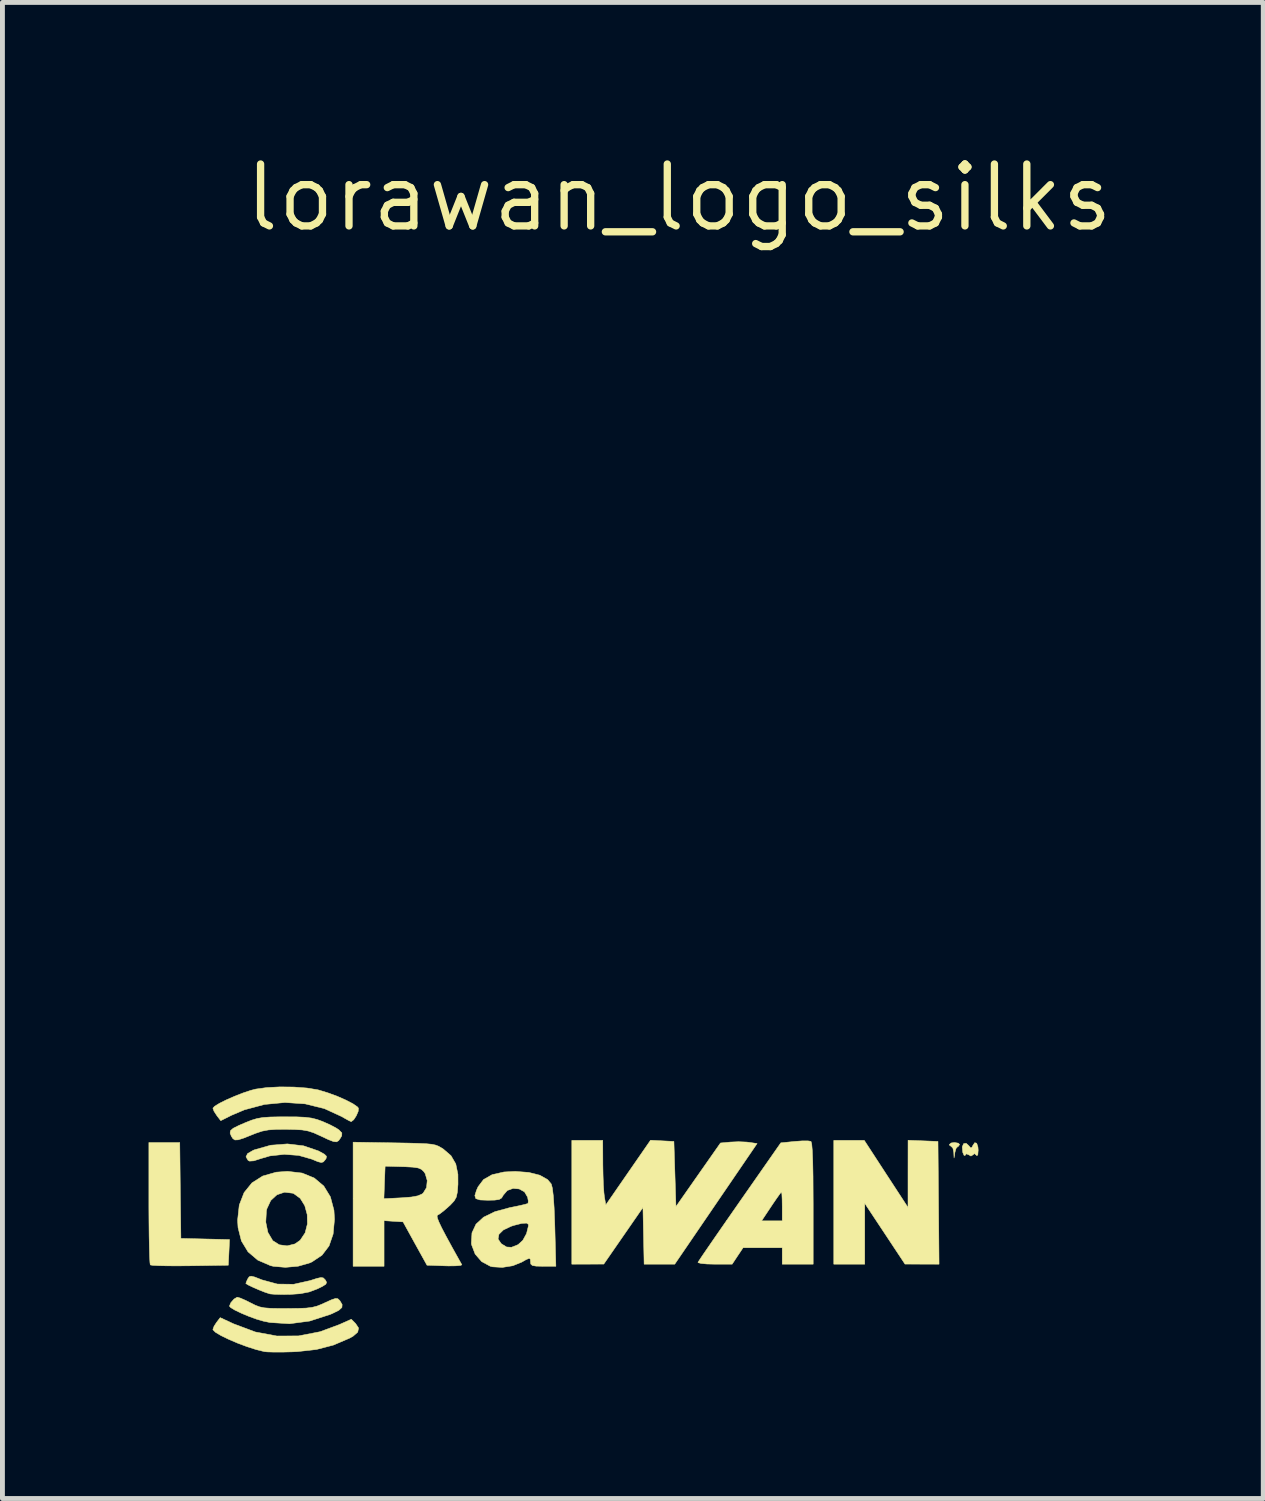
<source format=kicad_pcb>
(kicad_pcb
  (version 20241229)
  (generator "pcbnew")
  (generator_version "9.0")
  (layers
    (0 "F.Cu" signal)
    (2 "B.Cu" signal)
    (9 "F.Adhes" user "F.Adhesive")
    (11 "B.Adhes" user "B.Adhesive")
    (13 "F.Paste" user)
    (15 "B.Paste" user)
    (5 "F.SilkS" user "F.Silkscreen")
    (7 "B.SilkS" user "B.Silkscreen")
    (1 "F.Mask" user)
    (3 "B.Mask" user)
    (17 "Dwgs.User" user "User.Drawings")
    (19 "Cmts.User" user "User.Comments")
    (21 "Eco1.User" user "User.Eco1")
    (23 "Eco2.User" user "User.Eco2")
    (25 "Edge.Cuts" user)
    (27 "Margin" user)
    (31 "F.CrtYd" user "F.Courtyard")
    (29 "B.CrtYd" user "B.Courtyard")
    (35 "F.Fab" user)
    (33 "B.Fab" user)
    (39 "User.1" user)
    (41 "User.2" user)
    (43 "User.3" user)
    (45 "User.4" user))
  (footprint "lorawan_logo_silks"
    (layer "F.Cu")
    (at 10.885 1.006)
    (property "Reference" "lorawan_logo_silks" (at 0 0 0) (layer "F.SilkS") (effects (font (size 1.27 1.27) (thickness 0.15))))
    (attr through_hole)
    (fp_poly (pts (xy 5.313 19.367) (xy 5.335 21.886) (xy 4.636 21.884) (xy 3.81 20.637) (xy 3.81 21.886) (xy 3.175 21.886) (xy 3.175 19.346) (xy 3.801 19.346) (xy 4.249 20.034) (xy 4.698 20.722) (xy 4.698 20.032) (xy 4.699 19.343) (xy 5.313 19.367)) (stroke (width 0.01) (type solid)) (fill yes) (layer "F.SilkS"))
    (fp_poly (pts (xy 5.731 19.403) (xy 5.757 19.431) (xy 5.727 19.472) (xy 5.718 19.473) (xy 5.684 19.51) (xy 5.661 19.59) (xy 5.643 19.706) (xy 5.637 19.59) (xy 5.619 19.505) (xy 5.588 19.473) (xy 5.547 19.441) (xy 5.546 19.431) (xy 5.582 19.399) (xy 5.652 19.389) (xy 5.731 19.403)) (stroke (width 0.01) (type solid)) (fill yes) (layer "F.SilkS"))
    (fp_poly (pts (xy -10.235 20.373) (xy -10.223 21.357) (xy -9.724 21.369) (xy -9.225 21.381) (xy -9.237 21.644) (xy -9.25 21.907) (xy -10.036 21.919) (xy -10.285 21.921) (xy -10.506 21.92) (xy -10.683 21.916) (xy -10.802 21.91) (xy -10.851 21.901) (xy -10.858 21.853) (xy -10.865 21.731) (xy -10.87 21.546) (xy -10.875 21.309) (xy -10.878 21.03) (xy -10.88 20.72) (xy -10.88 20.63) (xy -10.88 19.389) (xy -10.246 19.389) (xy -10.235 20.373)) (stroke (width 0.01) (type solid)) (fill yes) (layer "F.SilkS"))
    (fp_poly (pts (xy 6.107 19.404) (xy 6.133 19.48) (xy 6.138 19.547) (xy 6.13 19.645) (xy 6.109 19.659) (xy 6.101 19.649) (xy 6.06 19.616) (xy 6.034 19.64) (xy 5.989 19.667) (xy 5.948 19.643) (xy 5.895 19.621) (xy 5.873 19.651) (xy 5.85 19.656) (xy 5.822 19.593) (xy 5.821 19.587) (xy 5.811 19.479) (xy 5.839 19.413) (xy 5.891 19.405) (xy 5.941 19.45) (xy 5.987 19.502) (xy 6.013 19.484) (xy 6.024 19.458) (xy 6.067 19.393) (xy 6.107 19.404)) (stroke (width 0.01) (type solid)) (fill yes) (layer "F.SilkS"))
    (fp_poly (pts (xy -7.707 19.457) (xy -7.405 19.56) (xy -7.385 19.57) (xy -7.278 19.629) (xy -7.235 19.672) (xy -7.243 19.716) (xy -7.262 19.744) (xy -7.299 19.787) (xy -7.342 19.8) (xy -7.413 19.782) (xy -7.538 19.73) (xy -7.542 19.729) (xy -7.805 19.654) (xy -8.101 19.632) (xy -8.396 19.664) (xy -8.58 19.718) (xy -8.727 19.765) (xy -8.815 19.771) (xy -8.844 19.756) (xy -8.887 19.682) (xy -8.854 19.616) (xy -8.74 19.55) (xy -8.71 19.538) (xy -8.381 19.445) (xy -8.039 19.418) (xy -7.707 19.457)) (stroke (width 0.01) (type solid)) (fill yes) (layer "F.SilkS"))
    (fp_poly (pts (xy -0.345 19.355) (xy -0.106 19.367) (xy -0.085 20.036) (xy -0.064 20.704) (xy 0.393 20.051) (xy 0.85 19.399) (xy 1.053 19.38) (xy 1.22 19.373) (xy 1.387 19.38) (xy 1.429 19.385) (xy 1.601 19.41) (xy -0.089 21.886) (xy -0.717 21.886) (xy -0.729 21.304) (xy -0.741 20.722) (xy -1.143 21.303) (xy -1.545 21.884) (xy -1.873 21.885) (xy -2.201 21.886) (xy -2.201 19.346) (xy -1.566 19.346) (xy -1.564 19.844) (xy -1.56 20.059) (xy -1.553 20.259) (xy -1.542 20.419) (xy -1.532 20.505) (xy -1.503 20.669) (xy -1.044 20.005) (xy -0.585 19.342) (xy -0.345 19.355)) (stroke (width 0.01) (type solid)) (fill yes) (layer "F.SilkS"))
    (fp_poly (pts (xy -9.142 23.11) (xy -8.696 23.277) (xy -8.253 23.36) (xy -7.811 23.358) (xy -7.367 23.272) (xy -6.973 23.126) (xy -6.726 23.016) (xy -6.638 23.104) (xy -6.577 23.196) (xy -6.594 23.28) (xy -6.69 23.364) (xy -6.761 23.404) (xy -7.093 23.546) (xy -7.44 23.636) (xy -7.831 23.68) (xy -7.938 23.685) (xy -8.138 23.69) (xy -8.317 23.69) (xy -8.451 23.686) (xy -8.509 23.68) (xy -8.677 23.639) (xy -8.867 23.578) (xy -9.062 23.505) (xy -9.246 23.426) (xy -9.402 23.35) (xy -9.514 23.283) (xy -9.565 23.232) (xy -9.566 23.225) (xy -9.542 23.159) (xy -9.491 23.08) (xy -9.416 22.983) (xy -9.142 23.11)) (stroke (width 0.01) (type solid)) (fill yes) (layer "F.SilkS"))
    (fp_poly (pts (xy -8.71 22.149) (xy -8.584 22.198) (xy -8.563 22.207) (xy -8.243 22.294) (xy -7.908 22.298) (xy -7.572 22.223) (xy -7.432 22.178) (xy -7.349 22.16) (xy -7.3 22.168) (xy -7.265 22.203) (xy -7.257 22.212) (xy -7.233 22.259) (xy -7.249 22.297) (xy -7.321 22.343) (xy -7.421 22.392) (xy -7.59 22.456) (xy -7.777 22.492) (xy -7.98 22.506) (xy -8.151 22.508) (xy -8.298 22.504) (xy -8.393 22.496) (xy -8.403 22.493) (xy -8.498 22.462) (xy -8.619 22.414) (xy -8.741 22.361) (xy -8.839 22.314) (xy -8.888 22.284) (xy -8.89 22.281) (xy -8.872 22.232) (xy -8.849 22.184) (xy -8.821 22.144) (xy -8.782 22.132) (xy -8.71 22.149)) (stroke (width 0.01) (type solid)) (fill yes) (layer "F.SilkS"))
    (fp_poly (pts (xy -7.906 18.251) (xy -7.638 18.271) (xy -7.417 18.307) (xy -7.396 18.312) (xy -7.206 18.37) (xy -7.013 18.441) (xy -6.836 18.519) (xy -6.692 18.594) (xy -6.6 18.658) (xy -6.579 18.685) (xy -6.585 18.751) (xy -6.624 18.841) (xy -6.677 18.922) (xy -6.726 18.96) (xy -6.731 18.96) (xy -6.777 18.939) (xy -6.869 18.888) (xy -6.92 18.858) (xy -7.279 18.693) (xy -7.673 18.596) (xy -8.088 18.568) (xy -8.508 18.608) (xy -8.919 18.718) (xy -9.179 18.828) (xy -9.405 18.941) (xy -9.485 18.837) (xy -9.543 18.748) (xy -9.566 18.685) (xy -9.53 18.645) (xy -9.432 18.585) (xy -9.29 18.514) (xy -9.123 18.441) (xy -8.95 18.373) (xy -8.788 18.319) (xy -8.687 18.293) (xy -8.462 18.262) (xy -8.192 18.248) (xy -7.906 18.251)) (stroke (width 0.01) (type solid)) (fill yes) (layer "F.SilkS"))
    (fp_poly (pts (xy -9.002 22.582) (xy -8.892 22.63) (xy -8.793 22.68) (xy -8.695 22.729) (xy -8.607 22.762) (xy -8.508 22.782) (xy -8.379 22.792) (xy -8.198 22.795) (xy -8.043 22.795) (xy -7.816 22.793) (xy -7.652 22.787) (xy -7.53 22.772) (xy -7.428 22.746) (xy -7.326 22.705) (xy -7.266 22.677) (xy -7.131 22.616) (xy -7.05 22.589) (xy -7.003 22.594) (xy -6.967 22.628) (xy -6.96 22.636) (xy -6.914 22.714) (xy -6.919 22.775) (xy -6.983 22.833) (xy -7.117 22.899) (xy -7.165 22.919) (xy -7.58 23.053) (xy -7.993 23.108) (xy -8.394 23.083) (xy -8.53 23.055) (xy -8.674 23.013) (xy -8.832 22.955) (xy -8.987 22.89) (xy -9.118 22.827) (xy -9.204 22.774) (xy -9.227 22.746) (xy -9.197 22.675) (xy -9.133 22.602) (xy -9.069 22.564) (xy -9.064 22.564) (xy -9.002 22.582)) (stroke (width 0.01) (type solid)) (fill yes) (layer "F.SilkS"))
    (fp_poly (pts (xy -7.849 18.863) (xy -7.675 18.871) (xy -7.542 18.888) (xy -7.427 18.917) (xy -7.315 18.958) (xy -7.168 19.023) (xy -7.042 19.089) (xy -6.981 19.129) (xy -6.92 19.192) (xy -6.922 19.251) (xy -6.948 19.296) (xy -6.986 19.351) (xy -7.029 19.376) (xy -7.093 19.369) (xy -7.197 19.329) (xy -7.358 19.253) (xy -7.361 19.252) (xy -7.495 19.191) (xy -7.611 19.153) (xy -7.735 19.131) (xy -7.895 19.122) (xy -8.059 19.119) (xy -8.271 19.12) (xy -8.427 19.131) (xy -8.557 19.156) (xy -8.689 19.2) (xy -8.766 19.231) (xy -8.936 19.299) (xy -9.046 19.334) (xy -9.114 19.337) (xy -9.156 19.309) (xy -9.187 19.261) (xy -9.213 19.197) (xy -9.205 19.146) (xy -9.149 19.097) (xy -9.035 19.04) (xy -8.901 18.982) (xy -8.772 18.931) (xy -8.659 18.897) (xy -8.539 18.876) (xy -8.39 18.866) (xy -8.189 18.862) (xy -8.086 18.862) (xy -7.849 18.863)) (stroke (width 0.01) (type solid)) (fill yes) (layer "F.SilkS"))
    (fp_poly (pts (xy 2.707 19.366) (xy 2.722 19.418) (xy 2.734 19.555) (xy 2.743 19.776) (xy 2.749 20.081) (xy 2.751 20.471) (xy 2.752 20.64) (xy 2.752 21.886) (xy 2.117 21.886) (xy 2.117 21.548) (xy 1.314 21.548) (xy 1.201 21.717) (xy 1.089 21.886) (xy 0.732 21.886) (xy 0.572 21.882) (xy 0.452 21.871) (xy 0.392 21.855) (xy 0.388 21.848) (xy 0.415 21.806) (xy 0.484 21.702) (xy 0.591 21.546) (xy 0.73 21.344) (xy 0.895 21.106) (xy 0.971 20.997) (xy 1.693 20.997) (xy 2.117 20.997) (xy 2.117 20.701) (xy 2.115 20.555) (xy 2.11 20.449) (xy 2.102 20.405) (xy 2.102 20.405) (xy 2.073 20.437) (xy 2.01 20.525) (xy 1.924 20.65) (xy 1.89 20.701) (xy 1.693 20.997) (xy 0.971 20.997) (xy 1.08 20.84) (xy 1.245 20.603) (xy 2.088 19.396) (xy 2.375 19.367) (xy 2.526 19.356) (xy 2.646 19.356) (xy 2.707 19.366)) (stroke (width 0.01) (type solid)) (fill yes) (layer "F.SilkS"))
    (fp_poly (pts (xy -7.735 20.016) (xy -7.486 20.118) (xy -7.291 20.282) (xy -7.155 20.504) (xy -7.082 20.779) (xy -7.071 20.964) (xy -7.099 21.268) (xy -7.183 21.512) (xy -7.327 21.701) (xy -7.533 21.839) (xy -7.586 21.862) (xy -7.818 21.928) (xy -8.078 21.951) (xy -8.324 21.93) (xy -8.386 21.915) (xy -8.645 21.803) (xy -8.845 21.633) (xy -8.981 21.409) (xy -9.05 21.136) (xy -9.057 21.023) (xy -8.481 21.023) (xy -8.438 21.233) (xy -8.341 21.398) (xy -8.336 21.404) (xy -8.203 21.488) (xy -8.043 21.51) (xy -7.882 21.47) (xy -7.775 21.395) (xy -7.674 21.244) (xy -7.627 21.061) (xy -7.631 20.868) (xy -7.681 20.685) (xy -7.774 20.535) (xy -7.908 20.437) (xy -7.925 20.43) (xy -8.096 20.409) (xy -8.253 20.462) (xy -8.379 20.579) (xy -8.458 20.748) (xy -8.468 20.79) (xy -8.481 21.023) (xy -9.057 21.023) (xy -9.059 20.98) (xy -9.025 20.672) (xy -8.926 20.417) (xy -8.765 20.218) (xy -8.544 20.077) (xy -8.267 19.998) (xy -8.034 19.981) (xy -7.735 20.016)) (stroke (width 0.01) (type solid)) (fill yes) (layer "F.SilkS"))
    (fp_poly (pts (xy -5.849 19.396) (xy -5.562 19.401) (xy -5.347 19.407) (xy -5.19 19.414) (xy -5.077 19.425) (xy -4.996 19.442) (xy -4.934 19.466) (xy -4.877 19.499) (xy -4.84 19.522) (xy -4.68 19.66) (xy -4.582 19.829) (xy -4.538 20.043) (xy -4.537 20.245) (xy -4.549 20.404) (xy -4.571 20.509) (xy -4.615 20.587) (xy -4.692 20.67) (xy -4.724 20.699) (xy -4.83 20.792) (xy -4.917 20.858) (xy -4.953 20.877) (xy -4.966 20.896) (xy -4.959 20.941) (xy -4.928 21.021) (xy -4.87 21.143) (xy -4.78 21.314) (xy -4.656 21.542) (xy -4.493 21.834) (xy -4.457 21.899) (xy -4.487 21.912) (xy -4.584 21.92) (xy -4.73 21.922) (xy -4.805 21.92) (xy -5.173 21.907) (xy -5.419 21.463) (xy -5.664 21.018) (xy -5.859 21.006) (xy -6.054 20.993) (xy -6.054 21.929) (xy -6.689 21.929) (xy -6.689 20.542) (xy -6.057 20.542) (xy -5.697 20.524) (xy -5.495 20.508) (xy -5.36 20.483) (xy -5.274 20.445) (xy -5.251 20.427) (xy -5.182 20.314) (xy -5.168 20.17) (xy -5.209 20.029) (xy -5.239 19.985) (xy -5.287 19.94) (xy -5.355 19.911) (xy -5.463 19.895) (xy -5.631 19.886) (xy -5.673 19.885) (xy -6.032 19.875) (xy -6.045 20.209) (xy -6.057 20.542) (xy -6.689 20.542) (xy -6.689 19.382) (xy -5.849 19.396)) (stroke (width 0.01) (type solid)) (fill yes) (layer "F.SilkS"))
    (fp_poly (pts (xy -3.084 20.003) (xy -2.858 20.06) (xy -2.697 20.151) (xy -2.622 20.241) (xy -2.6 20.326) (xy -2.58 20.49) (xy -2.564 20.728) (xy -2.552 21.035) (xy -2.549 21.133) (xy -2.528 21.929) (xy -2.788 21.929) (xy -2.932 21.926) (xy -3.01 21.913) (xy -3.043 21.883) (xy -3.048 21.844) (xy -3.052 21.783) (xy -3.076 21.766) (xy -3.14 21.793) (xy -3.229 21.844) (xy -3.413 21.918) (xy -3.627 21.952) (xy -3.828 21.94) (xy -3.875 21.928) (xy -4.052 21.832) (xy -4.185 21.678) (xy -4.257 21.489) (xy -4.262 21.456) (xy -4.257 21.37) (xy -3.714 21.37) (xy -3.652 21.462) (xy -3.645 21.468) (xy -3.54 21.533) (xy -3.439 21.539) (xy -3.308 21.487) (xy -3.302 21.484) (xy -3.206 21.396) (xy -3.13 21.258) (xy -3.092 21.104) (xy -3.091 21.071) (xy -3.127 21.043) (xy -3.229 21.049) (xy -3.387 21.089) (xy -3.446 21.108) (xy -3.606 21.184) (xy -3.697 21.274) (xy -3.714 21.37) (xy -4.257 21.37) (xy -4.25 21.243) (xy -4.167 21.065) (xy -4.011 20.921) (xy -3.778 20.808) (xy -3.468 20.724) (xy -3.445 20.72) (xy -3.289 20.688) (xy -3.168 20.66) (xy -3.103 20.641) (xy -3.099 20.639) (xy -3.094 20.589) (xy -3.108 20.511) (xy -3.172 20.402) (xy -3.281 20.342) (xy -3.407 20.331) (xy -3.525 20.374) (xy -3.607 20.469) (xy -3.641 20.527) (xy -3.692 20.558) (xy -3.784 20.571) (xy -3.923 20.574) (xy -4.084 20.568) (xy -4.17 20.541) (xy -4.191 20.479) (xy -4.157 20.37) (xy -4.124 20.297) (xy -4.012 20.149) (xy -3.836 20.049) (xy -3.593 19.994) (xy -3.363 19.982) (xy -3.084 20.003)) (stroke (width 0.01) (type solid)) (fill yes) (layer "F.SilkS")))
  (gr_rect
    (start -3 -3)
    (end 22.873 27.701)
    (stroke (width 0.1) (type default))
    (fill no)
    (layer "Edge.Cuts")))
</source>
